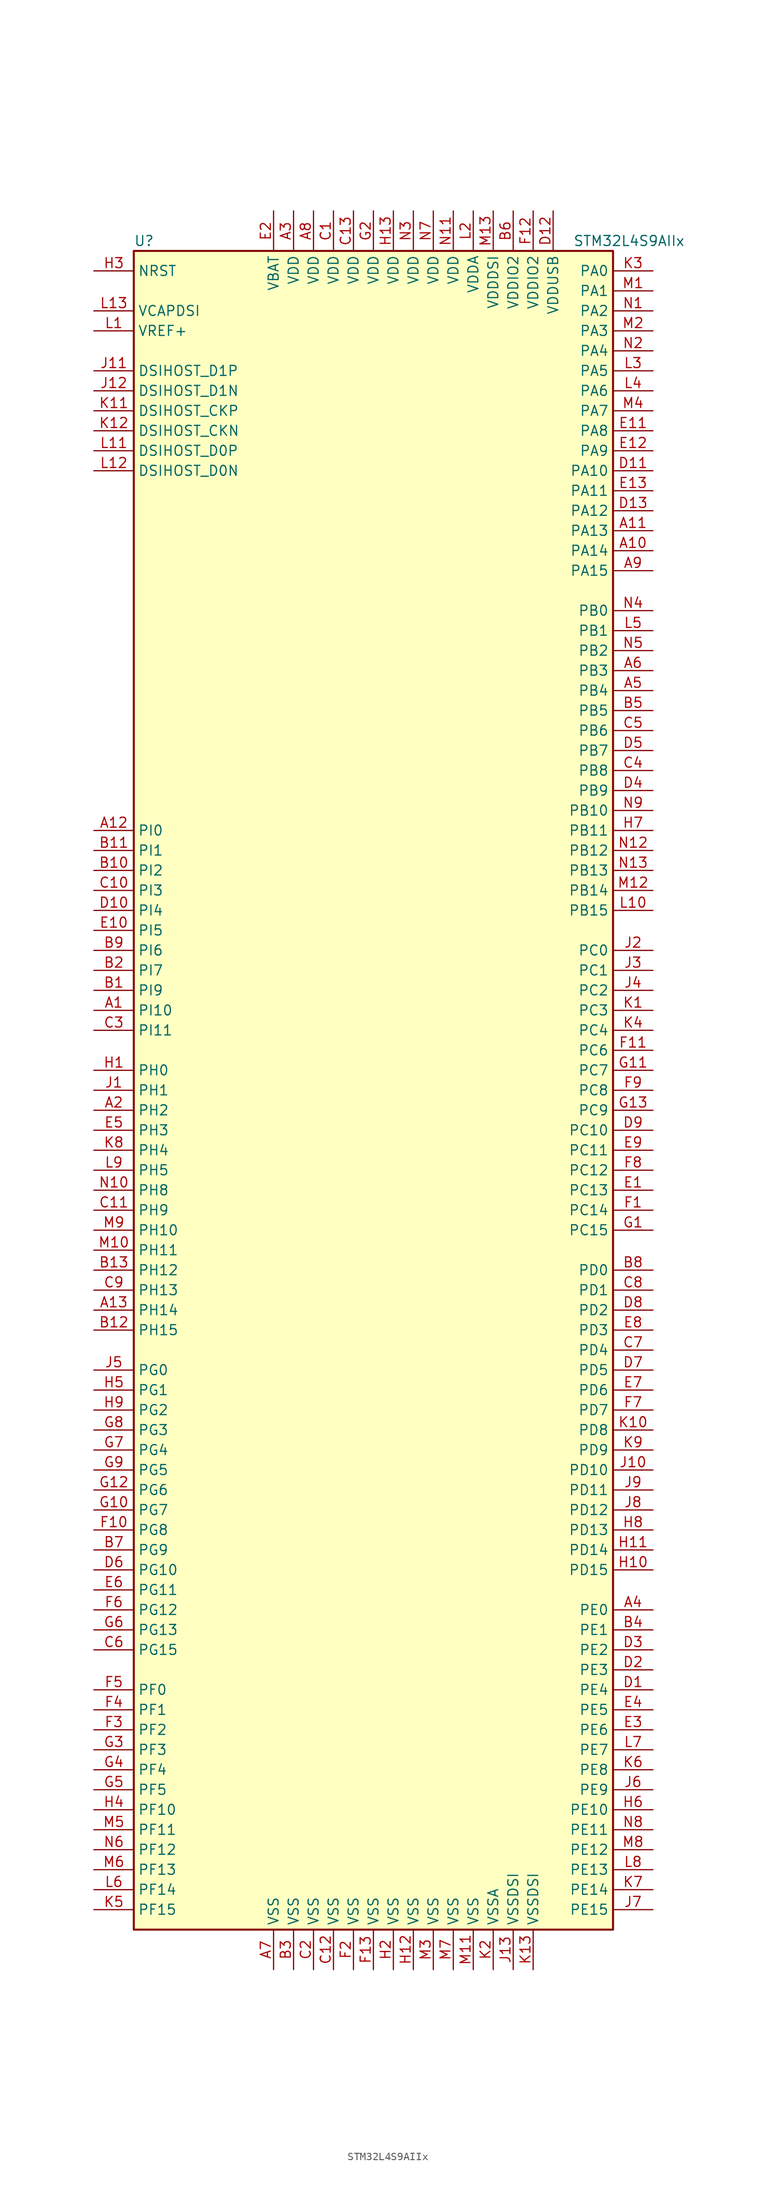
<source format=kicad_sym>
(kicad_symbol_lib
  (version 20201005)
  (generator kicad_symbol_editor)
  (symbol "MCU_ST_STM32L4+:STM32L4S9AIIx"
    (property "Reference" "U"
      (at -30.48 107.95 0)
      (effects (font (size 1.27 1.27)) (justify left)))
    (property "Value" "STM32L4S9AIIx"
      (at 25.4 107.95 0)
      (effects (font (size 1.27 1.27)) (justify left)))
    (symbol "STM32L4S9AIIx_0_1"
      (rectangle (start -30.48 -106.68) (end 30.48 106.68) (stroke (width 0.254)) (fill (type background))))
    (symbol "STM32L4S9AIIx_1_1"
      (pin bidirectional line (at -35.56 83.82 0) (length 5.08) (name "DSIHOST_CKN" (effects (font (size 1.27 1.27)))) (number "K12" (effects (font (size 1.27 1.27)))))
      (pin bidirectional line (at -35.56 86.36 0) (length 5.08) (name "DSIHOST_CKP" (effects (font (size 1.27 1.27)))) (number "K11" (effects (font (size 1.27 1.27)))))
      (pin bidirectional line (at -35.56 78.74 0) (length 5.08) (name "DSIHOST_D0N" (effects (font (size 1.27 1.27)))) (number "L12" (effects (font (size 1.27 1.27)))))
      (pin bidirectional line (at -35.56 81.28 0) (length 5.08) (name "DSIHOST_D0P" (effects (font (size 1.27 1.27)))) (number "L11" (effects (font (size 1.27 1.27)))))
      (pin bidirectional line (at -35.56 88.9 0) (length 5.08) (name "DSIHOST_D1N" (effects (font (size 1.27 1.27)))) (number "J12" (effects (font (size 1.27 1.27)))))
      (pin bidirectional line (at -35.56 91.44 0) (length 5.08) (name "DSIHOST_D1P" (effects (font (size 1.27 1.27)))) (number "J11" (effects (font (size 1.27 1.27)))))
      (pin input line (at -35.56 104.14 0) (length 5.08) (name "NRST" (effects (font (size 1.27 1.27)))) (number "H3" (effects (font (size 1.27 1.27)))))
      (pin bidirectional line (at 35.56 104.14 180) (length 5.08) (name "PA0" (effects (font (size 1.27 1.27)))) (number "K3" (effects (font (size 1.27 1.27)))))
      (pin bidirectional line (at 35.56 101.6 180) (length 5.08) (name "PA1" (effects (font (size 1.27 1.27)))) (number "M1" (effects (font (size 1.27 1.27)))))
      (pin bidirectional line (at 35.56 78.74 180) (length 5.08) (name "PA10" (effects (font (size 1.27 1.27)))) (number "D11" (effects (font (size 1.27 1.27)))))
      (pin bidirectional line (at 35.56 76.2 180) (length 5.08) (name "PA11" (effects (font (size 1.27 1.27)))) (number "E13" (effects (font (size 1.27 1.27)))))
      (pin bidirectional line (at 35.56 73.66 180) (length 5.08) (name "PA12" (effects (font (size 1.27 1.27)))) (number "D13" (effects (font (size 1.27 1.27)))))
      (pin bidirectional line (at 35.56 71.12 180) (length 5.08) (name "PA13" (effects (font (size 1.27 1.27)))) (number "A11" (effects (font (size 1.27 1.27)))))
      (pin bidirectional line (at 35.56 68.58 180) (length 5.08) (name "PA14" (effects (font (size 1.27 1.27)))) (number "A10" (effects (font (size 1.27 1.27)))))
      (pin bidirectional line (at 35.56 66.04 180) (length 5.08) (name "PA15" (effects (font (size 1.27 1.27)))) (number "A9" (effects (font (size 1.27 1.27)))))
      (pin bidirectional line (at 35.56 99.06 180) (length 5.08) (name "PA2" (effects (font (size 1.27 1.27)))) (number "N1" (effects (font (size 1.27 1.27)))))
      (pin bidirectional line (at 35.56 96.52 180) (length 5.08) (name "PA3" (effects (font (size 1.27 1.27)))) (number "M2" (effects (font (size 1.27 1.27)))))
      (pin bidirectional line (at 35.56 93.98 180) (length 5.08) (name "PA4" (effects (font (size 1.27 1.27)))) (number "N2" (effects (font (size 1.27 1.27)))))
      (pin bidirectional line (at 35.56 91.44 180) (length 5.08) (name "PA5" (effects (font (size 1.27 1.27)))) (number "L3" (effects (font (size 1.27 1.27)))))
      (pin bidirectional line (at 35.56 88.9 180) (length 5.08) (name "PA6" (effects (font (size 1.27 1.27)))) (number "L4" (effects (font (size 1.27 1.27)))))
      (pin bidirectional line (at 35.56 86.36 180) (length 5.08) (name "PA7" (effects (font (size 1.27 1.27)))) (number "M4" (effects (font (size 1.27 1.27)))))
      (pin bidirectional line (at 35.56 83.82 180) (length 5.08) (name "PA8" (effects (font (size 1.27 1.27)))) (number "E11" (effects (font (size 1.27 1.27)))))
      (pin bidirectional line (at 35.56 81.28 180) (length 5.08) (name "PA9" (effects (font (size 1.27 1.27)))) (number "E12" (effects (font (size 1.27 1.27)))))
      (pin bidirectional line (at 35.56 60.96 180) (length 5.08) (name "PB0" (effects (font (size 1.27 1.27)))) (number "N4" (effects (font (size 1.27 1.27)))))
      (pin bidirectional line (at 35.56 58.42 180) (length 5.08) (name "PB1" (effects (font (size 1.27 1.27)))) (number "L5" (effects (font (size 1.27 1.27)))))
      (pin bidirectional line (at 35.56 35.56 180) (length 5.08) (name "PB10" (effects (font (size 1.27 1.27)))) (number "N9" (effects (font (size 1.27 1.27)))))
      (pin bidirectional line (at 35.56 33.02 180) (length 5.08) (name "PB11" (effects (font (size 1.27 1.27)))) (number "H7" (effects (font (size 1.27 1.27)))))
      (pin bidirectional line (at 35.56 30.48 180) (length 5.08) (name "PB12" (effects (font (size 1.27 1.27)))) (number "N12" (effects (font (size 1.27 1.27)))))
      (pin bidirectional line (at 35.56 27.94 180) (length 5.08) (name "PB13" (effects (font (size 1.27 1.27)))) (number "N13" (effects (font (size 1.27 1.27)))))
      (pin bidirectional line (at 35.56 25.4 180) (length 5.08) (name "PB14" (effects (font (size 1.27 1.27)))) (number "M12" (effects (font (size 1.27 1.27)))))
      (pin bidirectional line (at 35.56 22.86 180) (length 5.08) (name "PB15" (effects (font (size 1.27 1.27)))) (number "L10" (effects (font (size 1.27 1.27)))))
      (pin bidirectional line (at 35.56 55.88 180) (length 5.08) (name "PB2" (effects (font (size 1.27 1.27)))) (number "N5" (effects (font (size 1.27 1.27)))))
      (pin bidirectional line (at 35.56 53.34 180) (length 5.08) (name "PB3" (effects (font (size 1.27 1.27)))) (number "A6" (effects (font (size 1.27 1.27)))))
      (pin bidirectional line (at 35.56 50.8 180) (length 5.08) (name "PB4" (effects (font (size 1.27 1.27)))) (number "A5" (effects (font (size 1.27 1.27)))))
      (pin bidirectional line (at 35.56 48.26 180) (length 5.08) (name "PB5" (effects (font (size 1.27 1.27)))) (number "B5" (effects (font (size 1.27 1.27)))))
      (pin bidirectional line (at 35.56 45.72 180) (length 5.08) (name "PB6" (effects (font (size 1.27 1.27)))) (number "C5" (effects (font (size 1.27 1.27)))))
      (pin bidirectional line (at 35.56 43.18 180) (length 5.08) (name "PB7" (effects (font (size 1.27 1.27)))) (number "D5" (effects (font (size 1.27 1.27)))))
      (pin bidirectional line (at 35.56 40.64 180) (length 5.08) (name "PB8" (effects (font (size 1.27 1.27)))) (number "C4" (effects (font (size 1.27 1.27)))))
      (pin bidirectional line (at 35.56 38.1 180) (length 5.08) (name "PB9" (effects (font (size 1.27 1.27)))) (number "D4" (effects (font (size 1.27 1.27)))))
      (pin bidirectional line (at 35.56 17.78 180) (length 5.08) (name "PC0" (effects (font (size 1.27 1.27)))) (number "J2" (effects (font (size 1.27 1.27)))))
      (pin bidirectional line (at 35.56 15.24 180) (length 5.08) (name "PC1" (effects (font (size 1.27 1.27)))) (number "J3" (effects (font (size 1.27 1.27)))))
      (pin bidirectional line (at 35.56 -5.08 180) (length 5.08) (name "PC10" (effects (font (size 1.27 1.27)))) (number "D9" (effects (font (size 1.27 1.27)))))
      (pin bidirectional line (at 35.56 -7.62 180) (length 5.08) (name "PC11" (effects (font (size 1.27 1.27)))) (number "E9" (effects (font (size 1.27 1.27)))))
      (pin bidirectional line (at 35.56 -10.16 180) (length 5.08) (name "PC12" (effects (font (size 1.27 1.27)))) (number "F8" (effects (font (size 1.27 1.27)))))
      (pin bidirectional line (at 35.56 -12.7 180) (length 5.08) (name "PC13" (effects (font (size 1.27 1.27)))) (number "E1" (effects (font (size 1.27 1.27)))))
      (pin bidirectional line (at 35.56 -15.24 180) (length 5.08) (name "PC14" (effects (font (size 1.27 1.27)))) (number "F1" (effects (font (size 1.27 1.27)))))
      (pin bidirectional line (at 35.56 -17.78 180) (length 5.08) (name "PC15" (effects (font (size 1.27 1.27)))) (number "G1" (effects (font (size 1.27 1.27)))))
      (pin bidirectional line (at 35.56 12.7 180) (length 5.08) (name "PC2" (effects (font (size 1.27 1.27)))) (number "J4" (effects (font (size 1.27 1.27)))))
      (pin bidirectional line (at 35.56 10.16 180) (length 5.08) (name "PC3" (effects (font (size 1.27 1.27)))) (number "K1" (effects (font (size 1.27 1.27)))))
      (pin bidirectional line (at 35.56 7.62 180) (length 5.08) (name "PC4" (effects (font (size 1.27 1.27)))) (number "K4" (effects (font (size 1.27 1.27)))))
      (pin bidirectional line (at 35.56 5.08 180) (length 5.08) (name "PC6" (effects (font (size 1.27 1.27)))) (number "F11" (effects (font (size 1.27 1.27)))))
      (pin bidirectional line (at 35.56 2.54 180) (length 5.08) (name "PC7" (effects (font (size 1.27 1.27)))) (number "G11" (effects (font (size 1.27 1.27)))))
      (pin bidirectional line (at 35.56 0 180) (length 5.08) (name "PC8" (effects (font (size 1.27 1.27)))) (number "F9" (effects (font (size 1.27 1.27)))))
      (pin bidirectional line (at 35.56 -2.54 180) (length 5.08) (name "PC9" (effects (font (size 1.27 1.27)))) (number "G13" (effects (font (size 1.27 1.27)))))
      (pin bidirectional line (at 35.56 -22.86 180) (length 5.08) (name "PD0" (effects (font (size 1.27 1.27)))) (number "B8" (effects (font (size 1.27 1.27)))))
      (pin bidirectional line (at 35.56 -25.4 180) (length 5.08) (name "PD1" (effects (font (size 1.27 1.27)))) (number "C8" (effects (font (size 1.27 1.27)))))
      (pin bidirectional line (at 35.56 -48.26 180) (length 5.08) (name "PD10" (effects (font (size 1.27 1.27)))) (number "J10" (effects (font (size 1.27 1.27)))))
      (pin bidirectional line (at 35.56 -50.8 180) (length 5.08) (name "PD11" (effects (font (size 1.27 1.27)))) (number "J9" (effects (font (size 1.27 1.27)))))
      (pin bidirectional line (at 35.56 -53.34 180) (length 5.08) (name "PD12" (effects (font (size 1.27 1.27)))) (number "J8" (effects (font (size 1.27 1.27)))))
      (pin bidirectional line (at 35.56 -55.88 180) (length 5.08) (name "PD13" (effects (font (size 1.27 1.27)))) (number "H8" (effects (font (size 1.27 1.27)))))
      (pin bidirectional line (at 35.56 -58.42 180) (length 5.08) (name "PD14" (effects (font (size 1.27 1.27)))) (number "H11" (effects (font (size 1.27 1.27)))))
      (pin bidirectional line (at 35.56 -60.96 180) (length 5.08) (name "PD15" (effects (font (size 1.27 1.27)))) (number "H10" (effects (font (size 1.27 1.27)))))
      (pin bidirectional line (at 35.56 -27.94 180) (length 5.08) (name "PD2" (effects (font (size 1.27 1.27)))) (number "D8" (effects (font (size 1.27 1.27)))))
      (pin bidirectional line (at 35.56 -30.48 180) (length 5.08) (name "PD3" (effects (font (size 1.27 1.27)))) (number "E8" (effects (font (size 1.27 1.27)))))
      (pin bidirectional line (at 35.56 -33.02 180) (length 5.08) (name "PD4" (effects (font (size 1.27 1.27)))) (number "C7" (effects (font (size 1.27 1.27)))))
      (pin bidirectional line (at 35.56 -35.56 180) (length 5.08) (name "PD5" (effects (font (size 1.27 1.27)))) (number "D7" (effects (font (size 1.27 1.27)))))
      (pin bidirectional line (at 35.56 -38.1 180) (length 5.08) (name "PD6" (effects (font (size 1.27 1.27)))) (number "E7" (effects (font (size 1.27 1.27)))))
      (pin bidirectional line (at 35.56 -40.64 180) (length 5.08) (name "PD7" (effects (font (size 1.27 1.27)))) (number "F7" (effects (font (size 1.27 1.27)))))
      (pin bidirectional line (at 35.56 -43.18 180) (length 5.08) (name "PD8" (effects (font (size 1.27 1.27)))) (number "K10" (effects (font (size 1.27 1.27)))))
      (pin bidirectional line (at 35.56 -45.72 180) (length 5.08) (name "PD9" (effects (font (size 1.27 1.27)))) (number "K9" (effects (font (size 1.27 1.27)))))
      (pin bidirectional line (at 35.56 -66.04 180) (length 5.08) (name "PE0" (effects (font (size 1.27 1.27)))) (number "A4" (effects (font (size 1.27 1.27)))))
      (pin bidirectional line (at 35.56 -68.58 180) (length 5.08) (name "PE1" (effects (font (size 1.27 1.27)))) (number "B4" (effects (font (size 1.27 1.27)))))
      (pin bidirectional line (at 35.56 -91.44 180) (length 5.08) (name "PE10" (effects (font (size 1.27 1.27)))) (number "H6" (effects (font (size 1.27 1.27)))))
      (pin bidirectional line (at 35.56 -93.98 180) (length 5.08) (name "PE11" (effects (font (size 1.27 1.27)))) (number "N8" (effects (font (size 1.27 1.27)))))
      (pin bidirectional line (at 35.56 -96.52 180) (length 5.08) (name "PE12" (effects (font (size 1.27 1.27)))) (number "M8" (effects (font (size 1.27 1.27)))))
      (pin bidirectional line (at 35.56 -99.06 180) (length 5.08) (name "PE13" (effects (font (size 1.27 1.27)))) (number "L8" (effects (font (size 1.27 1.27)))))
      (pin bidirectional line (at 35.56 -101.6 180) (length 5.08) (name "PE14" (effects (font (size 1.27 1.27)))) (number "K7" (effects (font (size 1.27 1.27)))))
      (pin bidirectional line (at 35.56 -104.14 180) (length 5.08) (name "PE15" (effects (font (size 1.27 1.27)))) (number "J7" (effects (font (size 1.27 1.27)))))
      (pin bidirectional line (at 35.56 -71.12 180) (length 5.08) (name "PE2" (effects (font (size 1.27 1.27)))) (number "D3" (effects (font (size 1.27 1.27)))))
      (pin bidirectional line (at 35.56 -73.66 180) (length 5.08) (name "PE3" (effects (font (size 1.27 1.27)))) (number "D2" (effects (font (size 1.27 1.27)))))
      (pin bidirectional line (at 35.56 -76.2 180) (length 5.08) (name "PE4" (effects (font (size 1.27 1.27)))) (number "D1" (effects (font (size 1.27 1.27)))))
      (pin bidirectional line (at 35.56 -78.74 180) (length 5.08) (name "PE5" (effects (font (size 1.27 1.27)))) (number "E4" (effects (font (size 1.27 1.27)))))
      (pin bidirectional line (at 35.56 -81.28 180) (length 5.08) (name "PE6" (effects (font (size 1.27 1.27)))) (number "E3" (effects (font (size 1.27 1.27)))))
      (pin bidirectional line (at 35.56 -83.82 180) (length 5.08) (name "PE7" (effects (font (size 1.27 1.27)))) (number "L7" (effects (font (size 1.27 1.27)))))
      (pin bidirectional line (at 35.56 -86.36 180) (length 5.08) (name "PE8" (effects (font (size 1.27 1.27)))) (number "K6" (effects (font (size 1.27 1.27)))))
      (pin bidirectional line (at 35.56 -88.9 180) (length 5.08) (name "PE9" (effects (font (size 1.27 1.27)))) (number "J6" (effects (font (size 1.27 1.27)))))
      (pin bidirectional line (at -35.56 -76.2 0) (length 5.08) (name "PF0" (effects (font (size 1.27 1.27)))) (number "F5" (effects (font (size 1.27 1.27)))))
      (pin bidirectional line (at -35.56 -78.74 0) (length 5.08) (name "PF1" (effects (font (size 1.27 1.27)))) (number "F4" (effects (font (size 1.27 1.27)))))
      (pin bidirectional line (at -35.56 -91.44 0) (length 5.08) (name "PF10" (effects (font (size 1.27 1.27)))) (number "H4" (effects (font (size 1.27 1.27)))))
      (pin bidirectional line (at -35.56 -93.98 0) (length 5.08) (name "PF11" (effects (font (size 1.27 1.27)))) (number "M5" (effects (font (size 1.27 1.27)))))
      (pin bidirectional line (at -35.56 -96.52 0) (length 5.08) (name "PF12" (effects (font (size 1.27 1.27)))) (number "N6" (effects (font (size 1.27 1.27)))))
      (pin bidirectional line (at -35.56 -99.06 0) (length 5.08) (name "PF13" (effects (font (size 1.27 1.27)))) (number "M6" (effects (font (size 1.27 1.27)))))
      (pin bidirectional line (at -35.56 -101.6 0) (length 5.08) (name "PF14" (effects (font (size 1.27 1.27)))) (number "L6" (effects (font (size 1.27 1.27)))))
      (pin bidirectional line (at -35.56 -104.14 0) (length 5.08) (name "PF15" (effects (font (size 1.27 1.27)))) (number "K5" (effects (font (size 1.27 1.27)))))
      (pin bidirectional line (at -35.56 -81.28 0) (length 5.08) (name "PF2" (effects (font (size 1.27 1.27)))) (number "F3" (effects (font (size 1.27 1.27)))))
      (pin bidirectional line (at -35.56 -83.82 0) (length 5.08) (name "PF3" (effects (font (size 1.27 1.27)))) (number "G3" (effects (font (size 1.27 1.27)))))
      (pin bidirectional line (at -35.56 -86.36 0) (length 5.08) (name "PF4" (effects (font (size 1.27 1.27)))) (number "G4" (effects (font (size 1.27 1.27)))))
      (pin bidirectional line (at -35.56 -88.9 0) (length 5.08) (name "PF5" (effects (font (size 1.27 1.27)))) (number "G5" (effects (font (size 1.27 1.27)))))
      (pin bidirectional line (at -35.56 -35.56 0) (length 5.08) (name "PG0" (effects (font (size 1.27 1.27)))) (number "J5" (effects (font (size 1.27 1.27)))))
      (pin bidirectional line (at -35.56 -38.1 0) (length 5.08) (name "PG1" (effects (font (size 1.27 1.27)))) (number "H5" (effects (font (size 1.27 1.27)))))
      (pin bidirectional line (at -35.56 -60.96 0) (length 5.08) (name "PG10" (effects (font (size 1.27 1.27)))) (number "D6" (effects (font (size 1.27 1.27)))))
      (pin bidirectional line (at -35.56 -63.5 0) (length 5.08) (name "PG11" (effects (font (size 1.27 1.27)))) (number "E6" (effects (font (size 1.27 1.27)))))
      (pin bidirectional line (at -35.56 -66.04 0) (length 5.08) (name "PG12" (effects (font (size 1.27 1.27)))) (number "F6" (effects (font (size 1.27 1.27)))))
      (pin bidirectional line (at -35.56 -68.58 0) (length 5.08) (name "PG13" (effects (font (size 1.27 1.27)))) (number "G6" (effects (font (size 1.27 1.27)))))
      (pin bidirectional line (at -35.56 -71.12 0) (length 5.08) (name "PG15" (effects (font (size 1.27 1.27)))) (number "C6" (effects (font (size 1.27 1.27)))))
      (pin bidirectional line (at -35.56 -40.64 0) (length 5.08) (name "PG2" (effects (font (size 1.27 1.27)))) (number "H9" (effects (font (size 1.27 1.27)))))
      (pin bidirectional line (at -35.56 -43.18 0) (length 5.08) (name "PG3" (effects (font (size 1.27 1.27)))) (number "G8" (effects (font (size 1.27 1.27)))))
      (pin bidirectional line (at -35.56 -45.72 0) (length 5.08) (name "PG4" (effects (font (size 1.27 1.27)))) (number "G7" (effects (font (size 1.27 1.27)))))
      (pin bidirectional line (at -35.56 -48.26 0) (length 5.08) (name "PG5" (effects (font (size 1.27 1.27)))) (number "G9" (effects (font (size 1.27 1.27)))))
      (pin bidirectional line (at -35.56 -50.8 0) (length 5.08) (name "PG6" (effects (font (size 1.27 1.27)))) (number "G12" (effects (font (size 1.27 1.27)))))
      (pin bidirectional line (at -35.56 -53.34 0) (length 5.08) (name "PG7" (effects (font (size 1.27 1.27)))) (number "G10" (effects (font (size 1.27 1.27)))))
      (pin bidirectional line (at -35.56 -55.88 0) (length 5.08) (name "PG8" (effects (font (size 1.27 1.27)))) (number "F10" (effects (font (size 1.27 1.27)))))
      (pin bidirectional line (at -35.56 -58.42 0) (length 5.08) (name "PG9" (effects (font (size 1.27 1.27)))) (number "B7" (effects (font (size 1.27 1.27)))))
      (pin input line (at -35.56 2.54 0) (length 5.08) (name "PH0" (effects (font (size 1.27 1.27)))) (number "H1" (effects (font (size 1.27 1.27)))))
      (pin input line (at -35.56 0 0) (length 5.08) (name "PH1" (effects (font (size 1.27 1.27)))) (number "J1" (effects (font (size 1.27 1.27)))))
      (pin bidirectional line (at -35.56 -17.78 0) (length 5.08) (name "PH10" (effects (font (size 1.27 1.27)))) (number "M9" (effects (font (size 1.27 1.27)))))
      (pin bidirectional line (at -35.56 -20.32 0) (length 5.08) (name "PH11" (effects (font (size 1.27 1.27)))) (number "M10" (effects (font (size 1.27 1.27)))))
      (pin bidirectional line (at -35.56 -22.86 0) (length 5.08) (name "PH12" (effects (font (size 1.27 1.27)))) (number "B13" (effects (font (size 1.27 1.27)))))
      (pin bidirectional line (at -35.56 -25.4 0) (length 5.08) (name "PH13" (effects (font (size 1.27 1.27)))) (number "C9" (effects (font (size 1.27 1.27)))))
      (pin bidirectional line (at -35.56 -27.94 0) (length 5.08) (name "PH14" (effects (font (size 1.27 1.27)))) (number "A13" (effects (font (size 1.27 1.27)))))
      (pin bidirectional line (at -35.56 -30.48 0) (length 5.08) (name "PH15" (effects (font (size 1.27 1.27)))) (number "B12" (effects (font (size 1.27 1.27)))))
      (pin bidirectional line (at -35.56 -2.54 0) (length 5.08) (name "PH2" (effects (font (size 1.27 1.27)))) (number "A2" (effects (font (size 1.27 1.27)))))
      (pin bidirectional line (at -35.56 -5.08 0) (length 5.08) (name "PH3" (effects (font (size 1.27 1.27)))) (number "E5" (effects (font (size 1.27 1.27)))))
      (pin bidirectional line (at -35.56 -7.62 0) (length 5.08) (name "PH4" (effects (font (size 1.27 1.27)))) (number "K8" (effects (font (size 1.27 1.27)))))
      (pin bidirectional line (at -35.56 -10.16 0) (length 5.08) (name "PH5" (effects (font (size 1.27 1.27)))) (number "L9" (effects (font (size 1.27 1.27)))))
      (pin bidirectional line (at -35.56 -12.7 0) (length 5.08) (name "PH8" (effects (font (size 1.27 1.27)))) (number "N10" (effects (font (size 1.27 1.27)))))
      (pin bidirectional line (at -35.56 -15.24 0) (length 5.08) (name "PH9" (effects (font (size 1.27 1.27)))) (number "C11" (effects (font (size 1.27 1.27)))))
      (pin bidirectional line (at -35.56 33.02 0) (length 5.08) (name "PI0" (effects (font (size 1.27 1.27)))) (number "A12" (effects (font (size 1.27 1.27)))))
      (pin bidirectional line (at -35.56 30.48 0) (length 5.08) (name "PI1" (effects (font (size 1.27 1.27)))) (number "B11" (effects (font (size 1.27 1.27)))))
      (pin bidirectional line (at -35.56 10.16 0) (length 5.08) (name "PI10" (effects (font (size 1.27 1.27)))) (number "A1" (effects (font (size 1.27 1.27)))))
      (pin bidirectional line (at -35.56 7.62 0) (length 5.08) (name "PI11" (effects (font (size 1.27 1.27)))) (number "C3" (effects (font (size 1.27 1.27)))))
      (pin bidirectional line (at -35.56 27.94 0) (length 5.08) (name "PI2" (effects (font (size 1.27 1.27)))) (number "B10" (effects (font (size 1.27 1.27)))))
      (pin bidirectional line (at -35.56 25.4 0) (length 5.08) (name "PI3" (effects (font (size 1.27 1.27)))) (number "C10" (effects (font (size 1.27 1.27)))))
      (pin bidirectional line (at -35.56 22.86 0) (length 5.08) (name "PI4" (effects (font (size 1.27 1.27)))) (number "D10" (effects (font (size 1.27 1.27)))))
      (pin bidirectional line (at -35.56 20.32 0) (length 5.08) (name "PI5" (effects (font (size 1.27 1.27)))) (number "E10" (effects (font (size 1.27 1.27)))))
      (pin bidirectional line (at -35.56 17.78 0) (length 5.08) (name "PI6" (effects (font (size 1.27 1.27)))) (number "B9" (effects (font (size 1.27 1.27)))))
      (pin bidirectional line (at -35.56 15.24 0) (length 5.08) (name "PI7" (effects (font (size 1.27 1.27)))) (number "B2" (effects (font (size 1.27 1.27)))))
      (pin bidirectional line (at -35.56 12.7 0) (length 5.08) (name "PI9" (effects (font (size 1.27 1.27)))) (number "B1" (effects (font (size 1.27 1.27)))))
      (pin power_in line (at -12.7 111.76 270) (length 5.08) (name "VBAT" (effects (font (size 1.27 1.27)))) (number "E2" (effects (font (size 1.27 1.27)))))
      (pin power_in line (at -35.56 99.06 0) (length 5.08) (name "VCAPDSI" (effects (font (size 1.27 1.27)))) (number "L13" (effects (font (size 1.27 1.27)))))
      (pin power_in line (at -10.16 111.76 270) (length 5.08) (name "VDD" (effects (font (size 1.27 1.27)))) (number "A3" (effects (font (size 1.27 1.27)))))
      (pin power_in line (at -7.62 111.76 270) (length 5.08) (name "VDD" (effects (font (size 1.27 1.27)))) (number "A8" (effects (font (size 1.27 1.27)))))
      (pin power_in line (at -5.08 111.76 270) (length 5.08) (name "VDD" (effects (font (size 1.27 1.27)))) (number "C1" (effects (font (size 1.27 1.27)))))
      (pin power_in line (at -2.54 111.76 270) (length 5.08) (name "VDD" (effects (font (size 1.27 1.27)))) (number "C13" (effects (font (size 1.27 1.27)))))
      (pin power_in line (at 0 111.76 270) (length 5.08) (name "VDD" (effects (font (size 1.27 1.27)))) (number "G2" (effects (font (size 1.27 1.27)))))
      (pin power_in line (at 2.54 111.76 270) (length 5.08) (name "VDD" (effects (font (size 1.27 1.27)))) (number "H13" (effects (font (size 1.27 1.27)))))
      (pin power_in line (at 10.16 111.76 270) (length 5.08) (name "VDD" (effects (font (size 1.27 1.27)))) (number "N11" (effects (font (size 1.27 1.27)))))
      (pin power_in line (at 5.08 111.76 270) (length 5.08) (name "VDD" (effects (font (size 1.27 1.27)))) (number "N3" (effects (font (size 1.27 1.27)))))
      (pin power_in line (at 7.62 111.76 270) (length 5.08) (name "VDD" (effects (font (size 1.27 1.27)))) (number "N7" (effects (font (size 1.27 1.27)))))
      (pin power_in line (at 12.7 111.76 270) (length 5.08) (name "VDDA" (effects (font (size 1.27 1.27)))) (number "L2" (effects (font (size 1.27 1.27)))))
      (pin power_in line (at 15.24 111.76 270) (length 5.08) (name "VDDDSI" (effects (font (size 1.27 1.27)))) (number "M13" (effects (font (size 1.27 1.27)))))
      (pin power_in line (at 17.78 111.76 270) (length 5.08) (name "VDDIO2" (effects (font (size 1.27 1.27)))) (number "B6" (effects (font (size 1.27 1.27)))))
      (pin power_in line (at 20.32 111.76 270) (length 5.08) (name "VDDIO2" (effects (font (size 1.27 1.27)))) (number "F12" (effects (font (size 1.27 1.27)))))
      (pin power_in line (at 22.86 111.76 270) (length 5.08) (name "VDDUSB" (effects (font (size 1.27 1.27)))) (number "D12" (effects (font (size 1.27 1.27)))))
      (pin bidirectional line (at -35.56 96.52 0) (length 5.08) (name "VREF+" (effects (font (size 1.27 1.27)))) (number "L1" (effects (font (size 1.27 1.27)))))
      (pin power_in line (at -12.7 -111.76 90) (length 5.08) (name "VSS" (effects (font (size 1.27 1.27)))) (number "A7" (effects (font (size 1.27 1.27)))))
      (pin power_in line (at -10.16 -111.76 90) (length 5.08) (name "VSS" (effects (font (size 1.27 1.27)))) (number "B3" (effects (font (size 1.27 1.27)))))
      (pin power_in line (at -5.08 -111.76 90) (length 5.08) (name "VSS" (effects (font (size 1.27 1.27)))) (number "C12" (effects (font (size 1.27 1.27)))))
      (pin power_in line (at -7.62 -111.76 90) (length 5.08) (name "VSS" (effects (font (size 1.27 1.27)))) (number "C2" (effects (font (size 1.27 1.27)))))
      (pin power_in line (at 0 -111.76 90) (length 5.08) (name "VSS" (effects (font (size 1.27 1.27)))) (number "F13" (effects (font (size 1.27 1.27)))))
      (pin power_in line (at -2.54 -111.76 90) (length 5.08) (name "VSS" (effects (font (size 1.27 1.27)))) (number "F2" (effects (font (size 1.27 1.27)))))
      (pin power_in line (at 5.08 -111.76 90) (length 5.08) (name "VSS" (effects (font (size 1.27 1.27)))) (number "H12" (effects (font (size 1.27 1.27)))))
      (pin power_in line (at 2.54 -111.76 90) (length 5.08) (name "VSS" (effects (font (size 1.27 1.27)))) (number "H2" (effects (font (size 1.27 1.27)))))
      (pin power_in line (at 12.7 -111.76 90) (length 5.08) (name "VSS" (effects (font (size 1.27 1.27)))) (number "M11" (effects (font (size 1.27 1.27)))))
      (pin power_in line (at 7.62 -111.76 90) (length 5.08) (name "VSS" (effects (font (size 1.27 1.27)))) (number "M3" (effects (font (size 1.27 1.27)))))
      (pin power_in line (at 10.16 -111.76 90) (length 5.08) (name "VSS" (effects (font (size 1.27 1.27)))) (number "M7" (effects (font (size 1.27 1.27)))))
      (pin power_in line (at 15.24 -111.76 90) (length 5.08) (name "VSSA" (effects (font (size 1.27 1.27)))) (number "K2" (effects (font (size 1.27 1.27)))))
      (pin power_in line (at 17.78 -111.76 90) (length 5.08) (name "VSSDSI" (effects (font (size 1.27 1.27)))) (number "J13" (effects (font (size 1.27 1.27)))))
      (pin power_in line (at 20.32 -111.76 90) (length 5.08) (name "VSSDSI" (effects (font (size 1.27 1.27)))) (number "K13" (effects (font (size 1.27 1.27))))))))
</source>
